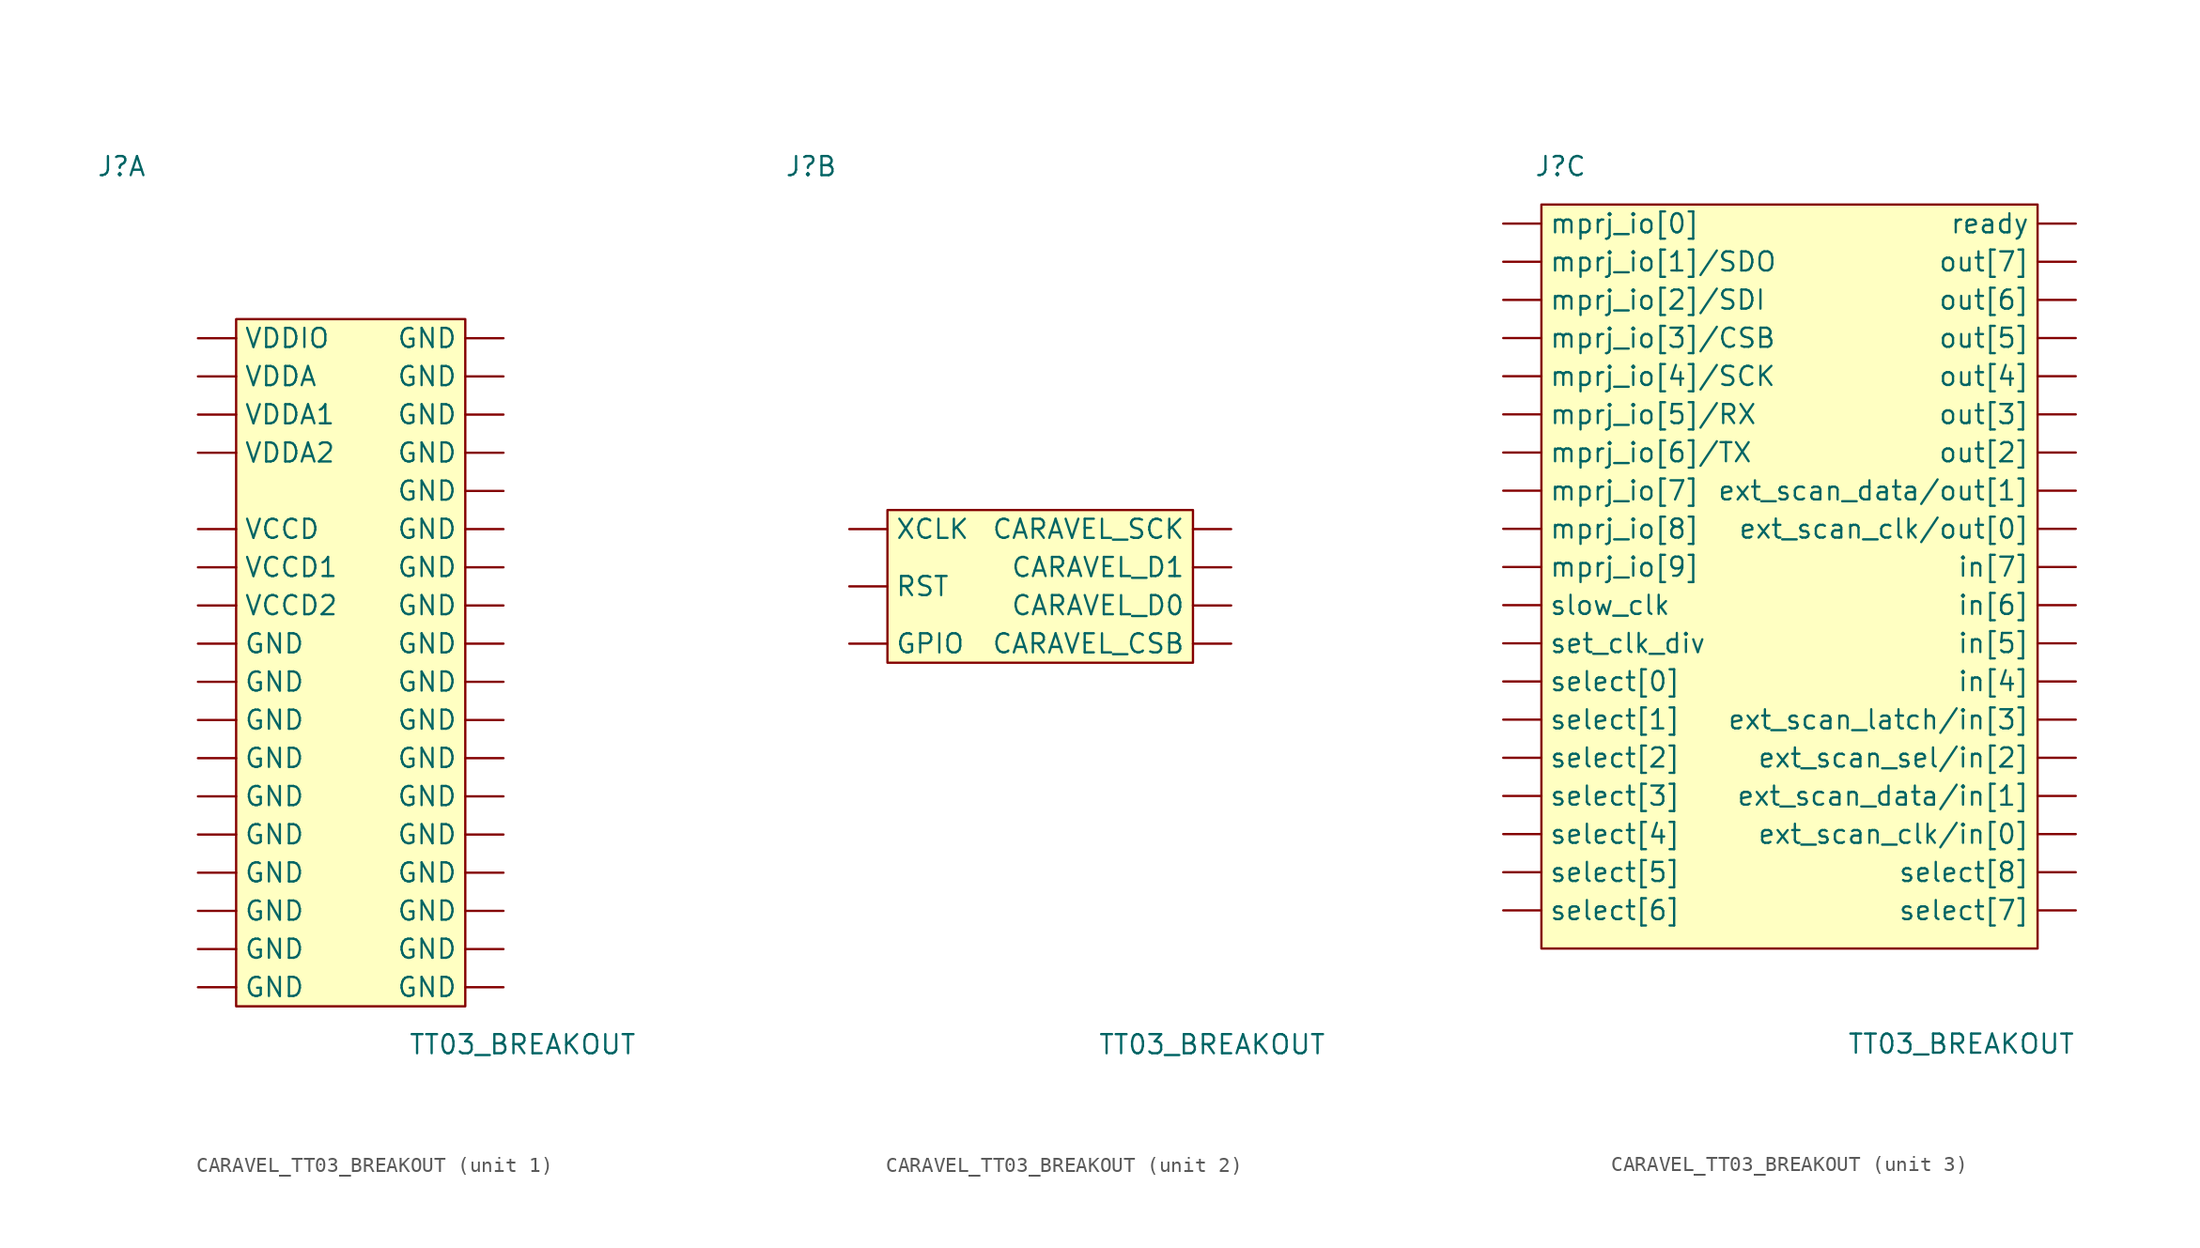
<source format=kicad_sym>
(kicad_symbol_lib
  (version 20220914)
  (generator kicad_symbol_editor)
  (symbol "CARAVEL_TT03_BREAKOUT"
    (pin_numbers hide)
    (property "Reference" "J"
      (at -16.51 25.4 0)
      (effects (font (size 1.27 1.27))))
    (property "Value" "TT03_BREAKOUT"
      (at 10.16 -33.02 0)
      (effects (font (size 1.27 1.27))))
    (property "ki_locked" ""
      (at 0 0 0)
      (effects (font (size 1.27 1.27))))
    (symbol "CARAVEL_TT03_BREAKOUT_1_1"
      (rectangle (start -8.89 15.24) (end 6.35 -30.48) (stroke (width 0) (type default)) (fill (type background)))
      (pin power_in line (at 8.89 13.97 180) (length 2.54) (name "GND" (effects (font (size 1.27 1.27)))) (number "A1" (effects (font (size 1.27 1.27)))))
      (pin power_in line (at 8.89 1.27 180) (length 2.54) (name "GND" (effects (font (size 1.27 1.27)))) (number "A10" (effects (font (size 1.27 1.27)))))
      (pin power_in line (at 8.89 -1.27 180) (length 2.54) (name "GND" (effects (font (size 1.27 1.27)))) (number "A19" (effects (font (size 1.27 1.27)))))
      (pin power_in line (at -11.43 13.97 0) (length 2.54) (name "VDDIO" (effects (font (size 1.27 1.27)))) (number "A2" (effects (font (size 1.27 1.27)))))
      (pin power_in line (at 8.89 -3.81 180) (length 2.54) (name "GND" (effects (font (size 1.27 1.27)))) (number "A20" (effects (font (size 1.27 1.27)))))
      (pin power_in line (at 8.89 -6.35 180) (length 2.54) (name "GND" (effects (font (size 1.27 1.27)))) (number "A21" (effects (font (size 1.27 1.27)))))
      (pin power_in line (at 8.89 -8.89 180) (length 2.54) (name "GND" (effects (font (size 1.27 1.27)))) (number "A27" (effects (font (size 1.27 1.27)))))
      (pin power_in line (at 8.89 -11.43 180) (length 2.54) (name "GND" (effects (font (size 1.27 1.27)))) (number "A28" (effects (font (size 1.27 1.27)))))
      (pin power_in line (at 8.89 -13.97 180) (length 2.54) (name "GND" (effects (font (size 1.27 1.27)))) (number "A29" (effects (font (size 1.27 1.27)))))
      (pin power_in line (at 8.89 11.43 180) (length 2.54) (name "GND" (effects (font (size 1.27 1.27)))) (number "A3" (effects (font (size 1.27 1.27)))))
      (pin power_in line (at -11.43 11.43 0) (length 2.54) (name "VDDA" (effects (font (size 1.27 1.27)))) (number "A30" (effects (font (size 1.27 1.27)))))
      (pin power_in line (at 8.89 -16.51 180) (length 2.54) (name "GND" (effects (font (size 1.27 1.27)))) (number "A31" (effects (font (size 1.27 1.27)))))
      (pin power_in line (at -11.43 6.35 0) (length 2.54) (name "VDDA2" (effects (font (size 1.27 1.27)))) (number "A32" (effects (font (size 1.27 1.27)))))
      (pin power_in line (at 8.89 -19.05 180) (length 2.54) (name "GND" (effects (font (size 1.27 1.27)))) (number "A33" (effects (font (size 1.27 1.27)))))
      (pin power_in line (at -11.43 1.27 0) (length 2.54) (name "VCCD" (effects (font (size 1.27 1.27)))) (number "A34" (effects (font (size 1.27 1.27)))))
      (pin power_in line (at 8.89 -21.59 180) (length 2.54) (name "GND" (effects (font (size 1.27 1.27)))) (number "A35" (effects (font (size 1.27 1.27)))))
      (pin power_in line (at 8.89 -24.13 180) (length 2.54) (name "GND" (effects (font (size 1.27 1.27)))) (number "A36" (effects (font (size 1.27 1.27)))))
      (pin power_in line (at 8.89 -26.67 180) (length 2.54) (name "GND" (effects (font (size 1.27 1.27)))) (number "A39" (effects (font (size 1.27 1.27)))))
      (pin power_in line (at -11.43 -3.81 0) (length 2.54) (name "VCCD2" (effects (font (size 1.27 1.27)))) (number "A4" (effects (font (size 1.27 1.27)))))
      (pin power_in line (at 8.89 -29.21 180) (length 2.54) (name "GND" (effects (font (size 1.27 1.27)))) (number "A40" (effects (font (size 1.27 1.27)))))
      (pin power_in line (at 8.89 8.89 180) (length 2.54) (name "GND" (effects (font (size 1.27 1.27)))) (number "A5" (effects (font (size 1.27 1.27)))))
      (pin power_in line (at -11.43 8.89 0) (length 2.54) (name "VDDA1" (effects (font (size 1.27 1.27)))) (number "A6" (effects (font (size 1.27 1.27)))))
      (pin power_in line (at 8.89 6.35 180) (length 2.54) (name "GND" (effects (font (size 1.27 1.27)))) (number "A7" (effects (font (size 1.27 1.27)))))
      (pin power_in line (at -11.43 -1.27 0) (length 2.54) (name "VCCD1" (effects (font (size 1.27 1.27)))) (number "A8" (effects (font (size 1.27 1.27)))))
      (pin power_in line (at 8.89 3.81 180) (length 2.54) (name "GND" (effects (font (size 1.27 1.27)))) (number "A9" (effects (font (size 1.27 1.27)))))
      (pin power_in line (at -11.43 -6.35 0) (length 2.54) (name "GND" (effects (font (size 1.27 1.27)))) (number "B1" (effects (font (size 1.27 1.27)))))
      (pin power_in line (at -11.43 -11.43 0) (length 2.54) (name "GND" (effects (font (size 1.27 1.27)))) (number "B11" (effects (font (size 1.27 1.27)))))
      (pin power_in line (at -11.43 -13.97 0) (length 2.54) (name "GND" (effects (font (size 1.27 1.27)))) (number "B12" (effects (font (size 1.27 1.27)))))
      (pin power_in line (at -11.43 -8.89 0) (length 2.54) (name "GND" (effects (font (size 1.27 1.27)))) (number "B2" (effects (font (size 1.27 1.27)))))
      (pin power_in line (at -11.43 -16.51 0) (length 2.54) (name "GND" (effects (font (size 1.27 1.27)))) (number "B21" (effects (font (size 1.27 1.27)))))
      (pin power_in line (at -11.43 -19.05 0) (length 2.54) (name "GND" (effects (font (size 1.27 1.27)))) (number "B22" (effects (font (size 1.27 1.27)))))
      (pin power_in line (at -11.43 -21.59 0) (length 2.54) (name "GND" (effects (font (size 1.27 1.27)))) (number "B31" (effects (font (size 1.27 1.27)))))
      (pin power_in line (at -11.43 -24.13 0) (length 2.54) (name "GND" (effects (font (size 1.27 1.27)))) (number "B32" (effects (font (size 1.27 1.27)))))
      (pin power_in line (at -11.43 -26.67 0) (length 2.54) (name "GND" (effects (font (size 1.27 1.27)))) (number "B39" (effects (font (size 1.27 1.27)))))
      (pin power_in line (at -11.43 -29.21 0) (length 2.54) (name "GND" (effects (font (size 1.27 1.27)))) (number "B40" (effects (font (size 1.27 1.27))))))
    (symbol "CARAVEL_TT03_BREAKOUT_2_1"
      (rectangle (start -11.43 2.54) (end 8.89 -7.62) (stroke (width 0) (type default)) (fill (type background)))
      (pin input line (at -13.97 -6.35 0) (length 2.54) (name "GPIO" (effects (font (size 1.27 1.27)))) (number "A22" (effects (font (size 1.27 1.27)))))
      (pin input line (at 11.43 1.27 180) (length 2.54) (name "CARAVEL_SCK" (effects (font (size 1.27 1.27)))) (number "A23" (effects (font (size 1.27 1.27)))))
      (pin bidirectional line (at 11.43 -1.27 180) (length 2.54) (name "CARAVEL_D1" (effects (font (size 1.27 1.27)))) (number "A24" (effects (font (size 1.27 1.27)))))
      (pin bidirectional line (at 11.43 -3.81 180) (length 2.54) (name "CARAVEL_D0" (effects (font (size 1.27 1.27)))) (number "A25" (effects (font (size 1.27 1.27)))))
      (pin input line (at 11.43 -6.35 180) (length 2.54) (name "CARAVEL_CSB" (effects (font (size 1.27 1.27)))) (number "A26" (effects (font (size 1.27 1.27)))))
      (pin input line (at -13.97 -2.54 0) (length 2.54) (name "RST" (effects (font (size 1.27 1.27)))) (number "A37" (effects (font (size 1.27 1.27)))))
      (pin input line (at -13.97 1.27 0) (length 2.54) (name "XCLK" (effects (font (size 1.27 1.27)))) (number "A38" (effects (font (size 1.27 1.27))))))
    (symbol "CARAVEL_TT03_BREAKOUT_3_1"
      (rectangle (start -17.78 22.86) (end 15.24 -26.67) (stroke (width 0) (type default)) (fill (type background)))
      (pin bidirectional line (at -20.32 3.81 0) (length 2.54) (name "mprj_io[7]" (effects (font (size 1.27 1.27)))) (number "A11" (effects (font (size 1.27 1.27)))))
      (pin bidirectional line (at -20.32 6.35 0) (length 2.54) (name "mprj_io[6]/TX" (effects (font (size 1.27 1.27)))) (number "A12" (effects (font (size 1.27 1.27)))))
      (pin bidirectional line (at -20.32 8.89 0) (length 2.54) (name "mprj_io[5]/RX" (effects (font (size 1.27 1.27)))) (number "A13" (effects (font (size 1.27 1.27)))))
      (pin bidirectional line (at -20.32 11.43 0) (length 2.54) (name "mprj_io[4]/SCK" (effects (font (size 1.27 1.27)))) (number "A14" (effects (font (size 1.27 1.27)))))
      (pin bidirectional line (at -20.32 13.97 0) (length 2.54) (name "mprj_io[3]/CSB" (effects (font (size 1.27 1.27)))) (number "A15" (effects (font (size 1.27 1.27)))))
      (pin bidirectional line (at -20.32 16.51 0) (length 2.54) (name "mprj_io[2]/SDI" (effects (font (size 1.27 1.27)))) (number "A16" (effects (font (size 1.27 1.27)))))
      (pin bidirectional line (at -20.32 19.05 0) (length 2.54) (name "mprj_io[1]/SDO" (effects (font (size 1.27 1.27)))) (number "A17" (effects (font (size 1.27 1.27)))))
      (pin bidirectional line (at -20.32 21.59 0) (length 2.54) (name "mprj_io[0]" (effects (font (size 1.27 1.27)))) (number "A18" (effects (font (size 1.27 1.27)))))
      (pin input line (at -20.32 -13.97 0) (length 2.54) (name "select[2]" (effects (font (size 1.27 1.27)))) (number "B10" (effects (font (size 1.27 1.27)))))
      (pin input line (at -20.32 -21.59 0) (length 2.54) (name "select[5]" (effects (font (size 1.27 1.27)))) (number "B13" (effects (font (size 1.27 1.27)))))
      (pin input line (at -20.32 -19.05 0) (length 2.54) (name "select[4]" (effects (font (size 1.27 1.27)))) (number "B14" (effects (font (size 1.27 1.27)))))
      (pin input line (at 17.78 -24.13 180) (length 2.54) (name "select[7]" (effects (font (size 1.27 1.27)))) (number "B15" (effects (font (size 1.27 1.27)))))
      (pin input line (at -20.32 -24.13 0) (length 2.54) (name "select[6]" (effects (font (size 1.27 1.27)))) (number "B16" (effects (font (size 1.27 1.27)))))
      (pin input line (at 17.78 -19.05 180) (length 2.54) (name "ext_scan_clk/in[0]" (effects (font (size 1.27 1.27)))) (number "B17" (effects (font (size 1.27 1.27)))))
      (pin input line (at 17.78 -21.59 180) (length 2.54) (name "select[8]" (effects (font (size 1.27 1.27)))) (number "B18" (effects (font (size 1.27 1.27)))))
      (pin input line (at 17.78 -13.97 180) (length 2.54) (name "ext_scan_sel/in[2]" (effects (font (size 1.27 1.27)))) (number "B19" (effects (font (size 1.27 1.27)))))
      (pin input line (at 17.78 -16.51 180) (length 2.54) (name "ext_scan_data/in[1]" (effects (font (size 1.27 1.27)))) (number "B20" (effects (font (size 1.27 1.27)))))
      (pin input line (at 17.78 -8.89 180) (length 2.54) (name "in[4]" (effects (font (size 1.27 1.27)))) (number "B23" (effects (font (size 1.27 1.27)))))
      (pin input line (at 17.78 -11.43 180) (length 2.54) (name "ext_scan_latch/in[3]" (effects (font (size 1.27 1.27)))) (number "B24" (effects (font (size 1.27 1.27)))))
      (pin input line (at 17.78 -3.81 180) (length 2.54) (name "in[6]" (effects (font (size 1.27 1.27)))) (number "B25" (effects (font (size 1.27 1.27)))))
      (pin input line (at 17.78 -6.35 180) (length 2.54) (name "in[5]" (effects (font (size 1.27 1.27)))) (number "B26" (effects (font (size 1.27 1.27)))))
      (pin output line (at 17.78 1.27 180) (length 2.54) (name "ext_scan_clk/out[0]" (effects (font (size 1.27 1.27)))) (number "B27" (effects (font (size 1.27 1.27)))))
      (pin input line (at 17.78 -1.27 180) (length 2.54) (name "in[7]" (effects (font (size 1.27 1.27)))) (number "B28" (effects (font (size 1.27 1.27)))))
      (pin output line (at 17.78 6.35 180) (length 2.54) (name "out[2]" (effects (font (size 1.27 1.27)))) (number "B29" (effects (font (size 1.27 1.27)))))
      (pin bidirectional line (at -20.32 -1.27 0) (length 2.54) (name "mprj_io[9]" (effects (font (size 1.27 1.27)))) (number "B3" (effects (font (size 1.27 1.27)))))
      (pin output line (at 17.78 3.81 180) (length 2.54) (name "ext_scan_data/out[1]" (effects (font (size 1.27 1.27)))) (number "B30" (effects (font (size 1.27 1.27)))))
      (pin output line (at 17.78 11.43 180) (length 2.54) (name "out[4]" (effects (font (size 1.27 1.27)))) (number "B33" (effects (font (size 1.27 1.27)))))
      (pin output line (at 17.78 8.89 180) (length 2.54) (name "out[3]" (effects (font (size 1.27 1.27)))) (number "B34" (effects (font (size 1.27 1.27)))))
      (pin output line (at 17.78 16.51 180) (length 2.54) (name "out[6]" (effects (font (size 1.27 1.27)))) (number "B35" (effects (font (size 1.27 1.27)))))
      (pin output line (at 17.78 13.97 180) (length 2.54) (name "out[5]" (effects (font (size 1.27 1.27)))) (number "B36" (effects (font (size 1.27 1.27)))))
      (pin output line (at 17.78 21.59 180) (length 2.54) (name "ready" (effects (font (size 1.27 1.27)))) (number "B37" (effects (font (size 1.27 1.27)))))
      (pin output line (at 17.78 19.05 180) (length 2.54) (name "out[7]" (effects (font (size 1.27 1.27)))) (number "B38" (effects (font (size 1.27 1.27)))))
      (pin bidirectional line (at -20.32 1.27 0) (length 2.54) (name "mprj_io[8]" (effects (font (size 1.27 1.27)))) (number "B4" (effects (font (size 1.27 1.27)))))
      (pin input line (at -20.32 -6.35 0) (length 2.54) (name "set_clk_div" (effects (font (size 1.27 1.27)))) (number "B5" (effects (font (size 1.27 1.27)))))
      (pin output line (at -20.32 -3.81 0) (length 2.54) (name "slow_clk" (effects (font (size 1.27 1.27)))) (number "B6" (effects (font (size 1.27 1.27)))))
      (pin input line (at -20.32 -11.43 0) (length 2.54) (name "select[1]" (effects (font (size 1.27 1.27)))) (number "B7" (effects (font (size 1.27 1.27)))))
      (pin input line (at -20.32 -8.89 0) (length 2.54) (name "select[0]" (effects (font (size 1.27 1.27)))) (number "B8" (effects (font (size 1.27 1.27)))))
      (pin input line (at -20.32 -16.51 0) (length 2.54) (name "select[3]" (effects (font (size 1.27 1.27)))) (number "B9" (effects (font (size 1.27 1.27))))))))
</source>
